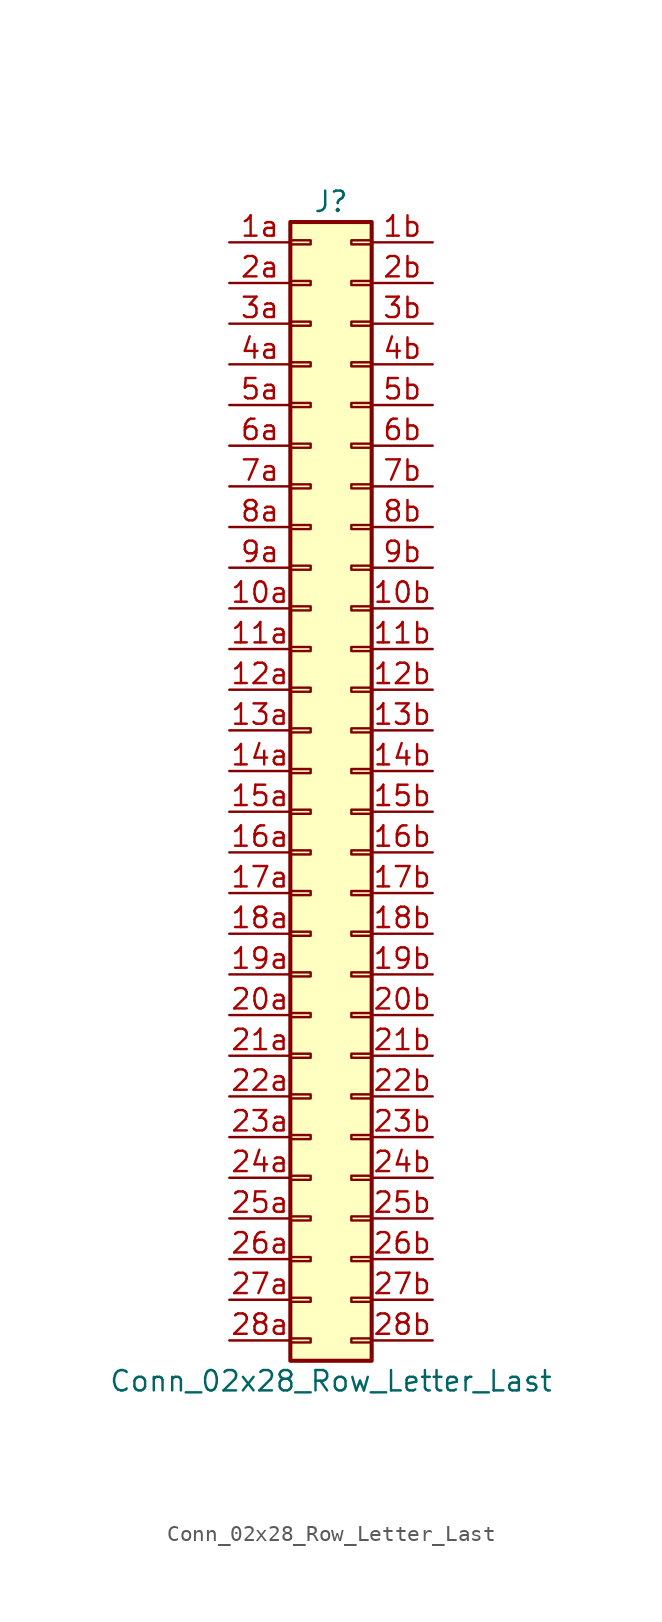
<source format=kicad_sym>
(kicad_symbol_lib
  (version 20201005)
  (generator kicad_symbol_editor)
  (symbol "Conn_02x28_Row_Letter_Last"
    (pin_names
      (offset 1.016) hide)
    (property "Reference" "J"
      (at 1.27 35.56 0)
      (effects (font (size 1.27 1.27))))
    (property "Value" "Conn_02x28_Row_Letter_Last"
      (at 1.27 -38.1 0)
      (effects (font (size 1.27 1.27))))
    (symbol "Conn_02x28_Row_Letter_Last_1_1"
      (rectangle (start -1.27 -35.433) (end 0 -35.687) (stroke (width 0.152)) (fill (type none)))
      (rectangle (start -1.27 -32.893) (end 0 -33.147) (stroke (width 0.152)) (fill (type none)))
      (rectangle (start -1.27 -30.353) (end 0 -30.607) (stroke (width 0.152)) (fill (type none)))
      (rectangle (start -1.27 -27.813) (end 0 -28.067) (stroke (width 0.152)) (fill (type none)))
      (rectangle (start -1.27 -25.273) (end 0 -25.527) (stroke (width 0.152)) (fill (type none)))
      (rectangle (start -1.27 -22.733) (end 0 -22.987) (stroke (width 0.152)) (fill (type none)))
      (rectangle (start -1.27 -20.193) (end 0 -20.447) (stroke (width 0.152)) (fill (type none)))
      (rectangle (start -1.27 -17.653) (end 0 -17.907) (stroke (width 0.152)) (fill (type none)))
      (rectangle (start -1.27 -15.113) (end 0 -15.367) (stroke (width 0.152)) (fill (type none)))
      (rectangle (start -1.27 -12.573) (end 0 -12.827) (stroke (width 0.152)) (fill (type none)))
      (rectangle (start -1.27 -10.033) (end 0 -10.287) (stroke (width 0.152)) (fill (type none)))
      (rectangle (start -1.27 -7.493) (end 0 -7.747) (stroke (width 0.152)) (fill (type none)))
      (rectangle (start -1.27 -4.953) (end 0 -5.207) (stroke (width 0.152)) (fill (type none)))
      (rectangle (start -1.27 -2.413) (end 0 -2.667) (stroke (width 0.152)) (fill (type none)))
      (rectangle (start -1.27 0.127) (end 0 -0.127) (stroke (width 0.152)) (fill (type none)))
      (rectangle (start -1.27 2.667) (end 0 2.413) (stroke (width 0.152)) (fill (type none)))
      (rectangle (start -1.27 5.207) (end 0 4.953) (stroke (width 0.152)) (fill (type none)))
      (rectangle (start -1.27 7.747) (end 0 7.493) (stroke (width 0.152)) (fill (type none)))
      (rectangle (start -1.27 10.287) (end 0 10.033) (stroke (width 0.152)) (fill (type none)))
      (rectangle (start -1.27 12.827) (end 0 12.573) (stroke (width 0.152)) (fill (type none)))
      (rectangle (start -1.27 15.367) (end 0 15.113) (stroke (width 0.152)) (fill (type none)))
      (rectangle (start -1.27 17.907) (end 0 17.653) (stroke (width 0.152)) (fill (type none)))
      (rectangle (start -1.27 20.447) (end 0 20.193) (stroke (width 0.152)) (fill (type none)))
      (rectangle (start -1.27 22.987) (end 0 22.733) (stroke (width 0.152)) (fill (type none)))
      (rectangle (start -1.27 25.527) (end 0 25.273) (stroke (width 0.152)) (fill (type none)))
      (rectangle (start -1.27 28.067) (end 0 27.813) (stroke (width 0.152)) (fill (type none)))
      (rectangle (start -1.27 30.607) (end 0 30.353) (stroke (width 0.152)) (fill (type none)))
      (rectangle (start -1.27 33.147) (end 0 32.893) (stroke (width 0.152)) (fill (type none)))
      (rectangle (start 3.81 -35.433) (end 2.54 -35.687) (stroke (width 0.152)) (fill (type none)))
      (rectangle (start 3.81 -32.893) (end 2.54 -33.147) (stroke (width 0.152)) (fill (type none)))
      (rectangle (start 3.81 -30.353) (end 2.54 -30.607) (stroke (width 0.152)) (fill (type none)))
      (rectangle (start 3.81 -27.813) (end 2.54 -28.067) (stroke (width 0.152)) (fill (type none)))
      (rectangle (start 3.81 -25.273) (end 2.54 -25.527) (stroke (width 0.152)) (fill (type none)))
      (rectangle (start 3.81 -22.733) (end 2.54 -22.987) (stroke (width 0.152)) (fill (type none)))
      (rectangle (start 3.81 -20.193) (end 2.54 -20.447) (stroke (width 0.152)) (fill (type none)))
      (rectangle (start 3.81 -17.653) (end 2.54 -17.907) (stroke (width 0.152)) (fill (type none)))
      (rectangle (start 3.81 -15.113) (end 2.54 -15.367) (stroke (width 0.152)) (fill (type none)))
      (rectangle (start 3.81 -12.573) (end 2.54 -12.827) (stroke (width 0.152)) (fill (type none)))
      (rectangle (start 3.81 -10.033) (end 2.54 -10.287) (stroke (width 0.152)) (fill (type none)))
      (rectangle (start 3.81 -7.493) (end 2.54 -7.747) (stroke (width 0.152)) (fill (type none)))
      (rectangle (start 3.81 -4.953) (end 2.54 -5.207) (stroke (width 0.152)) (fill (type none)))
      (rectangle (start 3.81 -2.413) (end 2.54 -2.667) (stroke (width 0.152)) (fill (type none)))
      (rectangle (start 3.81 0.127) (end 2.54 -0.127) (stroke (width 0.152)) (fill (type none)))
      (rectangle (start 3.81 2.667) (end 2.54 2.413) (stroke (width 0.152)) (fill (type none)))
      (rectangle (start 3.81 5.207) (end 2.54 4.953) (stroke (width 0.152)) (fill (type none)))
      (rectangle (start 3.81 7.747) (end 2.54 7.493) (stroke (width 0.152)) (fill (type none)))
      (rectangle (start 3.81 10.287) (end 2.54 10.033) (stroke (width 0.152)) (fill (type none)))
      (rectangle (start 3.81 12.827) (end 2.54 12.573) (stroke (width 0.152)) (fill (type none)))
      (rectangle (start 3.81 15.367) (end 2.54 15.113) (stroke (width 0.152)) (fill (type none)))
      (rectangle (start 3.81 17.907) (end 2.54 17.653) (stroke (width 0.152)) (fill (type none)))
      (rectangle (start 3.81 20.447) (end 2.54 20.193) (stroke (width 0.152)) (fill (type none)))
      (rectangle (start 3.81 22.987) (end 2.54 22.733) (stroke (width 0.152)) (fill (type none)))
      (rectangle (start 3.81 25.527) (end 2.54 25.273) (stroke (width 0.152)) (fill (type none)))
      (rectangle (start 3.81 28.067) (end 2.54 27.813) (stroke (width 0.152)) (fill (type none)))
      (rectangle (start 3.81 30.607) (end 2.54 30.353) (stroke (width 0.152)) (fill (type none)))
      (rectangle (start 3.81 33.147) (end 2.54 32.893) (stroke (width 0.152)) (fill (type none)))
      (rectangle (start -1.27 34.29) (end 3.81 -36.83) (stroke (width 0.254)) (fill (type background)))
      (pin passive line (at -5.08 10.16 0) (length 3.81) (name "Pin_10a" (effects (font (size 1.27 1.27)))) (number "10a" (effects (font (size 1.27 1.27)))))
      (pin passive line (at 7.62 10.16 180) (length 3.81) (name "Pin_10b" (effects (font (size 1.27 1.27)))) (number "10b" (effects (font (size 1.27 1.27)))))
      (pin passive line (at -5.08 7.62 0) (length 3.81) (name "Pin_11a" (effects (font (size 1.27 1.27)))) (number "11a" (effects (font (size 1.27 1.27)))))
      (pin passive line (at 7.62 7.62 180) (length 3.81) (name "Pin_11b" (effects (font (size 1.27 1.27)))) (number "11b" (effects (font (size 1.27 1.27)))))
      (pin passive line (at -5.08 5.08 0) (length 3.81) (name "Pin_12a" (effects (font (size 1.27 1.27)))) (number "12a" (effects (font (size 1.27 1.27)))))
      (pin passive line (at 7.62 5.08 180) (length 3.81) (name "Pin_12b" (effects (font (size 1.27 1.27)))) (number "12b" (effects (font (size 1.27 1.27)))))
      (pin passive line (at -5.08 2.54 0) (length 3.81) (name "Pin_13a" (effects (font (size 1.27 1.27)))) (number "13a" (effects (font (size 1.27 1.27)))))
      (pin passive line (at 7.62 2.54 180) (length 3.81) (name "Pin_13b" (effects (font (size 1.27 1.27)))) (number "13b" (effects (font (size 1.27 1.27)))))
      (pin passive line (at -5.08 0 0) (length 3.81) (name "Pin_14a" (effects (font (size 1.27 1.27)))) (number "14a" (effects (font (size 1.27 1.27)))))
      (pin passive line (at 7.62 0 180) (length 3.81) (name "Pin_14b" (effects (font (size 1.27 1.27)))) (number "14b" (effects (font (size 1.27 1.27)))))
      (pin passive line (at -5.08 -2.54 0) (length 3.81) (name "Pin_15a" (effects (font (size 1.27 1.27)))) (number "15a" (effects (font (size 1.27 1.27)))))
      (pin passive line (at 7.62 -2.54 180) (length 3.81) (name "Pin_15b" (effects (font (size 1.27 1.27)))) (number "15b" (effects (font (size 1.27 1.27)))))
      (pin passive line (at -5.08 -5.08 0) (length 3.81) (name "Pin_16a" (effects (font (size 1.27 1.27)))) (number "16a" (effects (font (size 1.27 1.27)))))
      (pin passive line (at 7.62 -5.08 180) (length 3.81) (name "Pin_16b" (effects (font (size 1.27 1.27)))) (number "16b" (effects (font (size 1.27 1.27)))))
      (pin passive line (at -5.08 -7.62 0) (length 3.81) (name "Pin_17a" (effects (font (size 1.27 1.27)))) (number "17a" (effects (font (size 1.27 1.27)))))
      (pin passive line (at 7.62 -7.62 180) (length 3.81) (name "Pin_17b" (effects (font (size 1.27 1.27)))) (number "17b" (effects (font (size 1.27 1.27)))))
      (pin passive line (at -5.08 -10.16 0) (length 3.81) (name "Pin_18a" (effects (font (size 1.27 1.27)))) (number "18a" (effects (font (size 1.27 1.27)))))
      (pin passive line (at 7.62 -10.16 180) (length 3.81) (name "Pin_18b" (effects (font (size 1.27 1.27)))) (number "18b" (effects (font (size 1.27 1.27)))))
      (pin passive line (at -5.08 -12.7 0) (length 3.81) (name "Pin_19a" (effects (font (size 1.27 1.27)))) (number "19a" (effects (font (size 1.27 1.27)))))
      (pin passive line (at 7.62 -12.7 180) (length 3.81) (name "Pin_19b" (effects (font (size 1.27 1.27)))) (number "19b" (effects (font (size 1.27 1.27)))))
      (pin passive line (at -5.08 33.02 0) (length 3.81) (name "Pin_1a" (effects (font (size 1.27 1.27)))) (number "1a" (effects (font (size 1.27 1.27)))))
      (pin passive line (at 7.62 33.02 180) (length 3.81) (name "Pin_1b" (effects (font (size 1.27 1.27)))) (number "1b" (effects (font (size 1.27 1.27)))))
      (pin passive line (at -5.08 -15.24 0) (length 3.81) (name "Pin_20a" (effects (font (size 1.27 1.27)))) (number "20a" (effects (font (size 1.27 1.27)))))
      (pin passive line (at 7.62 -15.24 180) (length 3.81) (name "Pin_20b" (effects (font (size 1.27 1.27)))) (number "20b" (effects (font (size 1.27 1.27)))))
      (pin passive line (at -5.08 -17.78 0) (length 3.81) (name "Pin_21a" (effects (font (size 1.27 1.27)))) (number "21a" (effects (font (size 1.27 1.27)))))
      (pin passive line (at 7.62 -17.78 180) (length 3.81) (name "Pin_21b" (effects (font (size 1.27 1.27)))) (number "21b" (effects (font (size 1.27 1.27)))))
      (pin passive line (at -5.08 -20.32 0) (length 3.81) (name "Pin_22a" (effects (font (size 1.27 1.27)))) (number "22a" (effects (font (size 1.27 1.27)))))
      (pin passive line (at 7.62 -20.32 180) (length 3.81) (name "Pin_22b" (effects (font (size 1.27 1.27)))) (number "22b" (effects (font (size 1.27 1.27)))))
      (pin passive line (at -5.08 -22.86 0) (length 3.81) (name "Pin_23a" (effects (font (size 1.27 1.27)))) (number "23a" (effects (font (size 1.27 1.27)))))
      (pin passive line (at 7.62 -22.86 180) (length 3.81) (name "Pin_23b" (effects (font (size 1.27 1.27)))) (number "23b" (effects (font (size 1.27 1.27)))))
      (pin passive line (at -5.08 -25.4 0) (length 3.81) (name "Pin_24a" (effects (font (size 1.27 1.27)))) (number "24a" (effects (font (size 1.27 1.27)))))
      (pin passive line (at 7.62 -25.4 180) (length 3.81) (name "Pin_24b" (effects (font (size 1.27 1.27)))) (number "24b" (effects (font (size 1.27 1.27)))))
      (pin passive line (at -5.08 -27.94 0) (length 3.81) (name "Pin_25a" (effects (font (size 1.27 1.27)))) (number "25a" (effects (font (size 1.27 1.27)))))
      (pin passive line (at 7.62 -27.94 180) (length 3.81) (name "Pin_25b" (effects (font (size 1.27 1.27)))) (number "25b" (effects (font (size 1.27 1.27)))))
      (pin passive line (at -5.08 -30.48 0) (length 3.81) (name "Pin_26a" (effects (font (size 1.27 1.27)))) (number "26a" (effects (font (size 1.27 1.27)))))
      (pin passive line (at 7.62 -30.48 180) (length 3.81) (name "Pin_26b" (effects (font (size 1.27 1.27)))) (number "26b" (effects (font (size 1.27 1.27)))))
      (pin passive line (at -5.08 -33.02 0) (length 3.81) (name "Pin_27a" (effects (font (size 1.27 1.27)))) (number "27a" (effects (font (size 1.27 1.27)))))
      (pin passive line (at 7.62 -33.02 180) (length 3.81) (name "Pin_27b" (effects (font (size 1.27 1.27)))) (number "27b" (effects (font (size 1.27 1.27)))))
      (pin passive line (at -5.08 -35.56 0) (length 3.81) (name "Pin_28a" (effects (font (size 1.27 1.27)))) (number "28a" (effects (font (size 1.27 1.27)))))
      (pin passive line (at 7.62 -35.56 180) (length 3.81) (name "Pin_28b" (effects (font (size 1.27 1.27)))) (number "28b" (effects (font (size 1.27 1.27)))))
      (pin passive line (at -5.08 30.48 0) (length 3.81) (name "Pin_2a" (effects (font (size 1.27 1.27)))) (number "2a" (effects (font (size 1.27 1.27)))))
      (pin passive line (at 7.62 30.48 180) (length 3.81) (name "Pin_2b" (effects (font (size 1.27 1.27)))) (number "2b" (effects (font (size 1.27 1.27)))))
      (pin passive line (at -5.08 27.94 0) (length 3.81) (name "Pin_3a" (effects (font (size 1.27 1.27)))) (number "3a" (effects (font (size 1.27 1.27)))))
      (pin passive line (at 7.62 27.94 180) (length 3.81) (name "Pin_3b" (effects (font (size 1.27 1.27)))) (number "3b" (effects (font (size 1.27 1.27)))))
      (pin passive line (at -5.08 25.4 0) (length 3.81) (name "Pin_4a" (effects (font (size 1.27 1.27)))) (number "4a" (effects (font (size 1.27 1.27)))))
      (pin passive line (at 7.62 25.4 180) (length 3.81) (name "Pin_4b" (effects (font (size 1.27 1.27)))) (number "4b" (effects (font (size 1.27 1.27)))))
      (pin passive line (at -5.08 22.86 0) (length 3.81) (name "Pin_5a" (effects (font (size 1.27 1.27)))) (number "5a" (effects (font (size 1.27 1.27)))))
      (pin passive line (at 7.62 22.86 180) (length 3.81) (name "Pin_5b" (effects (font (size 1.27 1.27)))) (number "5b" (effects (font (size 1.27 1.27)))))
      (pin passive line (at -5.08 20.32 0) (length 3.81) (name "Pin_6a" (effects (font (size 1.27 1.27)))) (number "6a" (effects (font (size 1.27 1.27)))))
      (pin passive line (at 7.62 20.32 180) (length 3.81) (name "Pin_6b" (effects (font (size 1.27 1.27)))) (number "6b" (effects (font (size 1.27 1.27)))))
      (pin passive line (at -5.08 17.78 0) (length 3.81) (name "Pin_7a" (effects (font (size 1.27 1.27)))) (number "7a" (effects (font (size 1.27 1.27)))))
      (pin passive line (at 7.62 17.78 180) (length 3.81) (name "Pin_7b" (effects (font (size 1.27 1.27)))) (number "7b" (effects (font (size 1.27 1.27)))))
      (pin passive line (at -5.08 15.24 0) (length 3.81) (name "Pin_8a" (effects (font (size 1.27 1.27)))) (number "8a" (effects (font (size 1.27 1.27)))))
      (pin passive line (at 7.62 15.24 180) (length 3.81) (name "Pin_8b" (effects (font (size 1.27 1.27)))) (number "8b" (effects (font (size 1.27 1.27)))))
      (pin passive line (at -5.08 12.7 0) (length 3.81) (name "Pin_9a" (effects (font (size 1.27 1.27)))) (number "9a" (effects (font (size 1.27 1.27)))))
      (pin passive line (at 7.62 12.7 180) (length 3.81) (name "Pin_9b" (effects (font (size 1.27 1.27)))) (number "9b" (effects (font (size 1.27 1.27))))))))
</source>
